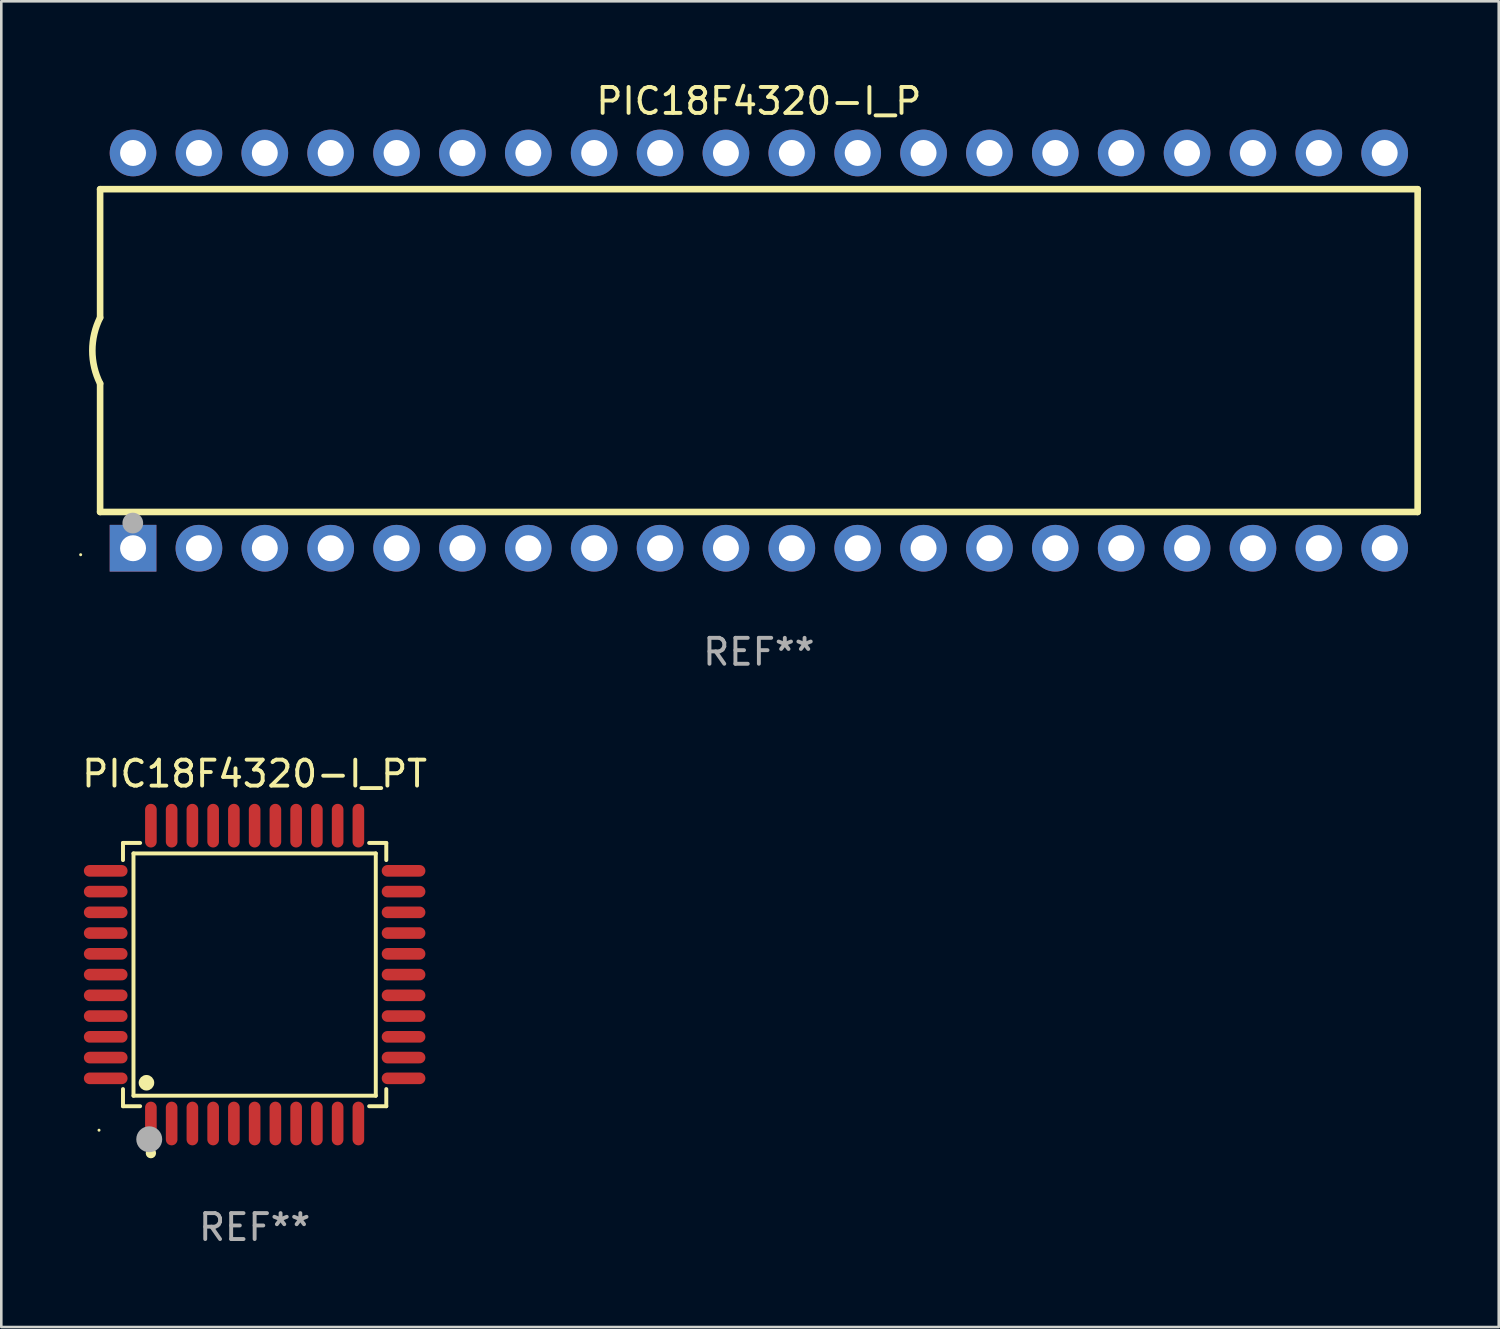
<source format=kicad_pcb>
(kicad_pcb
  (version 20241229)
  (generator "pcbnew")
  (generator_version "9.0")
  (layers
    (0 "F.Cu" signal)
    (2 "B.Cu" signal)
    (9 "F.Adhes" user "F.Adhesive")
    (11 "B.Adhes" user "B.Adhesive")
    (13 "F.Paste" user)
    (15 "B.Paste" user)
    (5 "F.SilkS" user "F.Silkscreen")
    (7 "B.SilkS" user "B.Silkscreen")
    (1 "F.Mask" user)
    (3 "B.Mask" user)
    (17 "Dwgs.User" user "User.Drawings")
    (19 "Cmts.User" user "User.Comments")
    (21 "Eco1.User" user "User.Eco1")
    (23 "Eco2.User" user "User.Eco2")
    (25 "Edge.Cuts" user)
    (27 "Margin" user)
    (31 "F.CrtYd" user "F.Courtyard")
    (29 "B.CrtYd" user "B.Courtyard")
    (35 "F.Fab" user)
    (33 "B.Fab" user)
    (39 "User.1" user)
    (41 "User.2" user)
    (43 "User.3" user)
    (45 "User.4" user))
  (footprint "PIC18F4320-I_P"
    (layer "F.Cu")
    (at 26.21 10.468)
    (property "Reference" "PIC18F4320-I_P" (at 0 -9.62 0) (layer "F.SilkS") (effects (font (size 1 1) (thickness 0.15))))
    (attr through_hole)
    (fp_line (start -25.4 -6.224) (end -25.4 -1.271) (stroke (width 0.254) (type solid)) (layer "F.SilkS"))
    (fp_line (start -25.4 -6.224) (end 25.4 -6.224) (stroke (width 0.254) (type solid)) (layer "F.SilkS"))
    (fp_line (start -25.4 1.269) (end -25.4 6.222) (stroke (width 0.254) (type solid)) (layer "F.SilkS"))
    (fp_line (start -25.4 6.222) (end 25.4 6.222) (stroke (width 0.254) (type solid)) (layer "F.SilkS"))
    (fp_line (start 25.4 6.222) (end 25.4 -6.224) (stroke (width 0.254) (type solid)) (layer "F.SilkS"))
    (fp_arc (start -25.4 1.269241) (mid -25.699807 -0.000762) (end -25.4 -1.270765) (stroke (width 0.254001) (type solid)) (layer "F.SilkS"))
    (fp_circle (center -26.15 7.87) (end -26.12 7.87) (stroke (width 0.06) (type solid)) (fill no) (layer "F.SilkS"))
    (fp_circle (center -24.14 6.65) (end -23.94 6.65) (stroke (width 0.4) (type solid)) (fill no) (layer "F.Fab"))
    (fp_text user "REF**" (at 0 11.62 0) (layer "F.Fab") (effects (font (size 1 1) (thickness 0.15))))
    (pad "1" thru_hole rect (at -24.13 7.62 90) (size 1.8 1.8) (drill 1) (layers "*.Cu" "*.Mask"))
    (pad "2" thru_hole circle (at -21.59 7.62) (size 1.8 1.8) (drill 1) (layers "*.Cu" "*.Mask"))
    (pad "3" thru_hole circle (at -19.05 7.62) (size 1.8 1.8) (drill 1) (layers "*.Cu" "*.Mask"))
    (pad "4" thru_hole circle (at -16.51 7.62) (size 1.8 1.8) (drill 1) (layers "*.Cu" "*.Mask"))
    (pad "5" thru_hole circle (at -13.97 7.62) (size 1.8 1.8) (drill 1) (layers "*.Cu" "*.Mask"))
    (pad "6" thru_hole circle (at -11.43 7.62) (size 1.8 1.8) (drill 1) (layers "*.Cu" "*.Mask"))
    (pad "7" thru_hole circle (at -8.89 7.62) (size 1.8 1.8) (drill 1) (layers "*.Cu" "*.Mask"))
    (pad "8" thru_hole circle (at -6.35 7.62) (size 1.8 1.8) (drill 1) (layers "*.Cu" "*.Mask"))
    (pad "9" thru_hole circle (at -3.81 7.62) (size 1.8 1.8) (drill 1) (layers "*.Cu" "*.Mask"))
    (pad "10" thru_hole circle (at -1.27 7.62) (size 1.8 1.8) (drill 1) (layers "*.Cu" "*.Mask"))
    (pad "11" thru_hole circle (at 1.27 7.62) (size 1.8 1.8) (drill 1) (layers "*.Cu" "*.Mask"))
    (pad "12" thru_hole circle (at 3.81 7.62) (size 1.8 1.8) (drill 1) (layers "*.Cu" "*.Mask"))
    (pad "13" thru_hole circle (at 6.35 7.62) (size 1.8 1.8) (drill 1) (layers "*.Cu" "*.Mask"))
    (pad "14" thru_hole circle (at 8.89 7.62) (size 1.8 1.8) (drill 1) (layers "*.Cu" "*.Mask"))
    (pad "15" thru_hole circle (at 11.43 7.62) (size 1.8 1.8) (drill 1) (layers "*.Cu" "*.Mask"))
    (pad "16" thru_hole circle (at 13.97 7.62) (size 1.8 1.8) (drill 1) (layers "*.Cu" "*.Mask"))
    (pad "17" thru_hole circle (at 16.51 7.62) (size 1.8 1.8) (drill 1) (layers "*.Cu" "*.Mask"))
    (pad "18" thru_hole circle (at 19.05 7.62) (size 1.8 1.8) (drill 1) (layers "*.Cu" "*.Mask"))
    (pad "19" thru_hole circle (at 21.59 7.62) (size 1.8 1.8) (drill 1) (layers "*.Cu" "*.Mask"))
    (pad "20" thru_hole circle (at 24.13 7.62) (size 1.8 1.8) (drill 1) (layers "*.Cu" "*.Mask"))
    (pad "21" thru_hole circle (at 24.13 -7.62) (size 1.8 1.8) (drill 1) (layers "*.Cu" "*.Mask"))
    (pad "22" thru_hole circle (at 21.59 -7.62) (size 1.8 1.8) (drill 1) (layers "*.Cu" "*.Mask"))
    (pad "23" thru_hole circle (at 19.05 -7.62) (size 1.8 1.8) (drill 1) (layers "*.Cu" "*.Mask"))
    (pad "24" thru_hole circle (at 16.51 -7.62) (size 1.8 1.8) (drill 1) (layers "*.Cu" "*.Mask"))
    (pad "25" thru_hole circle (at 13.97 -7.62) (size 1.8 1.8) (drill 1) (layers "*.Cu" "*.Mask"))
    (pad "26" thru_hole circle (at 11.43 -7.62) (size 1.8 1.8) (drill 1) (layers "*.Cu" "*.Mask"))
    (pad "27" thru_hole circle (at 8.89 -7.62) (size 1.8 1.8) (drill 1) (layers "*.Cu" "*.Mask"))
    (pad "28" thru_hole circle (at 6.35 -7.62) (size 1.8 1.8) (drill 1) (layers "*.Cu" "*.Mask"))
    (pad "29" thru_hole circle (at 3.81 -7.62) (size 1.8 1.8) (drill 1) (layers "*.Cu" "*.Mask"))
    (pad "30" thru_hole circle (at 1.27 -7.62) (size 1.8 1.8) (drill 1) (layers "*.Cu" "*.Mask"))
    (pad "31" thru_hole circle (at -1.27 -7.62) (size 1.8 1.8) (drill 1) (layers "*.Cu" "*.Mask"))
    (pad "32" thru_hole circle (at -3.81 -7.62) (size 1.8 1.8) (drill 1) (layers "*.Cu" "*.Mask"))
    (pad "33" thru_hole circle (at -6.35 -7.62) (size 1.8 1.8) (drill 1) (layers "*.Cu" "*.Mask"))
    (pad "34" thru_hole circle (at -8.89 -7.62) (size 1.8 1.8) (drill 1) (layers "*.Cu" "*.Mask"))
    (pad "35" thru_hole circle (at -11.43 -7.62) (size 1.8 1.8) (drill 1) (layers "*.Cu" "*.Mask"))
    (pad "36" thru_hole circle (at -13.97 -7.62) (size 1.8 1.8) (drill 1) (layers "*.Cu" "*.Mask"))
    (pad "37" thru_hole circle (at -16.51 -7.62) (size 1.8 1.8) (drill 1) (layers "*.Cu" "*.Mask"))
    (pad "38" thru_hole circle (at -19.05 -7.62) (size 1.8 1.8) (drill 1) (layers "*.Cu" "*.Mask"))
    (pad "39" thru_hole circle (at -21.59 -7.62) (size 1.8 1.8) (drill 1) (layers "*.Cu" "*.Mask"))
    (pad "40" thru_hole circle (at -24.13 -7.62) (size 1.8 1.8) (drill 1) (layers "*.Cu" "*.Mask")))
  (footprint "PIC18F4320-I_PT"
    (layer "F.Cu")
    (at 6.768 34.527)
    (property "Reference" "PIC18F4320-I_PT" (at 0 -7.742 0) (layer "F.SilkS") (effects (font (size 1 1) (thickness 0.15))))
    (attr through_hole)
    (fp_line (start -5.076 -5.076) (end -4.415 -5.076) (stroke (width 0.152) (type solid)) (layer "F.SilkS"))
    (fp_line (start -5.076 -4.415) (end -5.076 -5.076) (stroke (width 0.152) (type solid)) (layer "F.SilkS"))
    (fp_line (start -5.076 4.415) (end -5.076 5.076) (stroke (width 0.152) (type solid)) (layer "F.SilkS"))
    (fp_line (start -5.076 5.076) (end -4.415 5.076) (stroke (width 0.152) (type solid)) (layer "F.SilkS"))
    (fp_line (start -4.671 -4.671) (end 4.671 -4.671) (stroke (width 0.152) (type solid)) (layer "F.SilkS"))
    (fp_line (start -4.671 4.671) (end -4.671 -4.671) (stroke (width 0.152) (type solid)) (layer "F.SilkS"))
    (fp_line (start 4.671 -4.671) (end 4.671 4.671) (stroke (width 0.152) (type solid)) (layer "F.SilkS"))
    (fp_line (start 4.671 4.671) (end -4.671 4.671) (stroke (width 0.152) (type solid)) (layer "F.SilkS"))
    (fp_line (start 5.076 -5.076) (end 4.415 -5.076) (stroke (width 0.152) (type solid)) (layer "F.SilkS"))
    (fp_line (start 5.076 -4.415) (end 5.076 -5.076) (stroke (width 0.152) (type solid)) (layer "F.SilkS"))
    (fp_line (start 5.076 4.415) (end 5.076 5.076) (stroke (width 0.152) (type solid)) (layer "F.SilkS"))
    (fp_line (start 5.076 5.076) (end 4.415 5.076) (stroke (width 0.152) (type solid)) (layer "F.SilkS"))
    (fp_circle (center -6 6) (end -5.97 6) (stroke (width 0.06) (type solid)) (fill no) (layer "F.SilkS"))
    (fp_circle (center -4.171 4.171) (end -4.021 4.171) (stroke (width 0.3) (type solid)) (fill no) (layer "F.SilkS"))
    (fp_circle (center -4 6.884) (end -3.9 6.884) (stroke (width 0.2) (type solid)) (fill no) (layer "F.SilkS"))
    (fp_circle (center -4.064 6.35) (end -3.814 6.35) (stroke (width 0.5) (type solid)) (fill no) (layer "F.Fab"))
    (fp_text user "REF**" (at 0 9.742 0) (layer "F.Fab") (effects (font (size 1 1) (thickness 0.15))))
    (pad "1" smd oval (at -4 5.742) (size 0.448 1.684) (layers "F.Cu" "F.Mask" "F.Paste"))
    (pad "2" smd oval (at -3.2 5.742) (size 0.448 1.684) (layers "F.Cu" "F.Mask" "F.Paste"))
    (pad "3" smd oval (at -2.4 5.742) (size 0.448 1.684) (layers "F.Cu" "F.Mask" "F.Paste"))
    (pad "4" smd oval (at -1.6 5.742) (size 0.448 1.684) (layers "F.Cu" "F.Mask" "F.Paste"))
    (pad "5" smd oval (at -0.8 5.742) (size 0.448 1.684) (layers "F.Cu" "F.Mask" "F.Paste"))
    (pad "6" smd oval (at 0 5.742) (size 0.448 1.684) (layers "F.Cu" "F.Mask" "F.Paste"))
    (pad "7" smd oval (at 0.8 5.742) (size 0.448 1.684) (layers "F.Cu" "F.Mask" "F.Paste"))
    (pad "8" smd oval (at 1.6 5.742) (size 0.448 1.684) (layers "F.Cu" "F.Mask" "F.Paste"))
    (pad "9" smd oval (at 2.4 5.742) (size 0.448 1.684) (layers "F.Cu" "F.Mask" "F.Paste"))
    (pad "10" smd oval (at 3.2 5.742) (size 0.448 1.684) (layers "F.Cu" "F.Mask" "F.Paste"))
    (pad "11" smd oval (at 4 5.742) (size 0.448 1.684) (layers "F.Cu" "F.Mask" "F.Paste"))
    (pad "12" smd oval (at 5.742 4) (size 1.684 0.448) (layers "F.Cu" "F.Mask" "F.Paste"))
    (pad "13" smd oval (at 5.742 3.2) (size 1.684 0.448) (layers "F.Cu" "F.Mask" "F.Paste"))
    (pad "14" smd oval (at 5.742 2.4) (size 1.684 0.448) (layers "F.Cu" "F.Mask" "F.Paste"))
    (pad "15" smd oval (at 5.742 1.6) (size 1.684 0.448) (layers "F.Cu" "F.Mask" "F.Paste"))
    (pad "16" smd oval (at 5.742 0.8) (size 1.684 0.448) (layers "F.Cu" "F.Mask" "F.Paste"))
    (pad "17" smd oval (at 5.742 0) (size 1.684 0.448) (layers "F.Cu" "F.Mask" "F.Paste"))
    (pad "18" smd oval (at 5.742 -0.8) (size 1.684 0.448) (layers "F.Cu" "F.Mask" "F.Paste"))
    (pad "19" smd oval (at 5.742 -1.6) (size 1.684 0.448) (layers "F.Cu" "F.Mask" "F.Paste"))
    (pad "20" smd oval (at 5.742 -2.4) (size 1.684 0.448) (layers "F.Cu" "F.Mask" "F.Paste"))
    (pad "21" smd oval (at 5.742 -3.2) (size 1.684 0.448) (layers "F.Cu" "F.Mask" "F.Paste"))
    (pad "22" smd oval (at 5.742 -4) (size 1.684 0.448) (layers "F.Cu" "F.Mask" "F.Paste"))
    (pad "23" smd oval (at 4 -5.742) (size 0.448 1.684) (layers "F.Cu" "F.Mask" "F.Paste"))
    (pad "24" smd oval (at 3.2 -5.742) (size 0.448 1.684) (layers "F.Cu" "F.Mask" "F.Paste"))
    (pad "25" smd oval (at 2.4 -5.742) (size 0.448 1.684) (layers "F.Cu" "F.Mask" "F.Paste"))
    (pad "26" smd oval (at 1.6 -5.742) (size 0.448 1.684) (layers "F.Cu" "F.Mask" "F.Paste"))
    (pad "27" smd oval (at 0.8 -5.742) (size 0.448 1.684) (layers "F.Cu" "F.Mask" "F.Paste"))
    (pad "28" smd oval (at 0 -5.742) (size 0.448 1.684) (layers "F.Cu" "F.Mask" "F.Paste"))
    (pad "29" smd oval (at -0.8 -5.742) (size 0.448 1.684) (layers "F.Cu" "F.Mask" "F.Paste"))
    (pad "30" smd oval (at -1.6 -5.742) (size 0.448 1.684) (layers "F.Cu" "F.Mask" "F.Paste"))
    (pad "31" smd oval (at -2.4 -5.742) (size 0.448 1.684) (layers "F.Cu" "F.Mask" "F.Paste"))
    (pad "32" smd oval (at -3.2 -5.742) (size 0.448 1.684) (layers "F.Cu" "F.Mask" "F.Paste"))
    (pad "33" smd oval (at -4 -5.742) (size 0.448 1.684) (layers "F.Cu" "F.Mask" "F.Paste"))
    (pad "34" smd oval (at -5.742 -4) (size 1.684 0.448) (layers "F.Cu" "F.Mask" "F.Paste"))
    (pad "35" smd oval (at -5.742 -3.2) (size 1.684 0.448) (layers "F.Cu" "F.Mask" "F.Paste"))
    (pad "36" smd oval (at -5.742 -2.4) (size 1.684 0.448) (layers "F.Cu" "F.Mask" "F.Paste"))
    (pad "37" smd oval (at -5.742 -1.6) (size 1.684 0.448) (layers "F.Cu" "F.Mask" "F.Paste"))
    (pad "38" smd oval (at -5.742 -0.8) (size 1.684 0.448) (layers "F.Cu" "F.Mask" "F.Paste"))
    (pad "39" smd oval (at -5.742 0) (size 1.684 0.448) (layers "F.Cu" "F.Mask" "F.Paste"))
    (pad "40" smd oval (at -5.742 0.8) (size 1.684 0.448) (layers "F.Cu" "F.Mask" "F.Paste"))
    (pad "41" smd oval (at -5.742 1.6) (size 1.684 0.448) (layers "F.Cu" "F.Mask" "F.Paste"))
    (pad "42" smd oval (at -5.742 2.4) (size 1.684 0.448) (layers "F.Cu" "F.Mask" "F.Paste"))
    (pad "43" smd oval (at -5.742 3.2) (size 1.684 0.448) (layers "F.Cu" "F.Mask" "F.Paste"))
    (pad "44" smd oval (at -5.742 4) (size 1.684 0.448) (layers "F.Cu" "F.Mask" "F.Paste")))
  (gr_rect
    (start -3 -3)
    (end 54.737 48.117)
    (stroke (width 0.1) (type default))
    (fill no)
    (layer "Edge.Cuts")))
</source>
